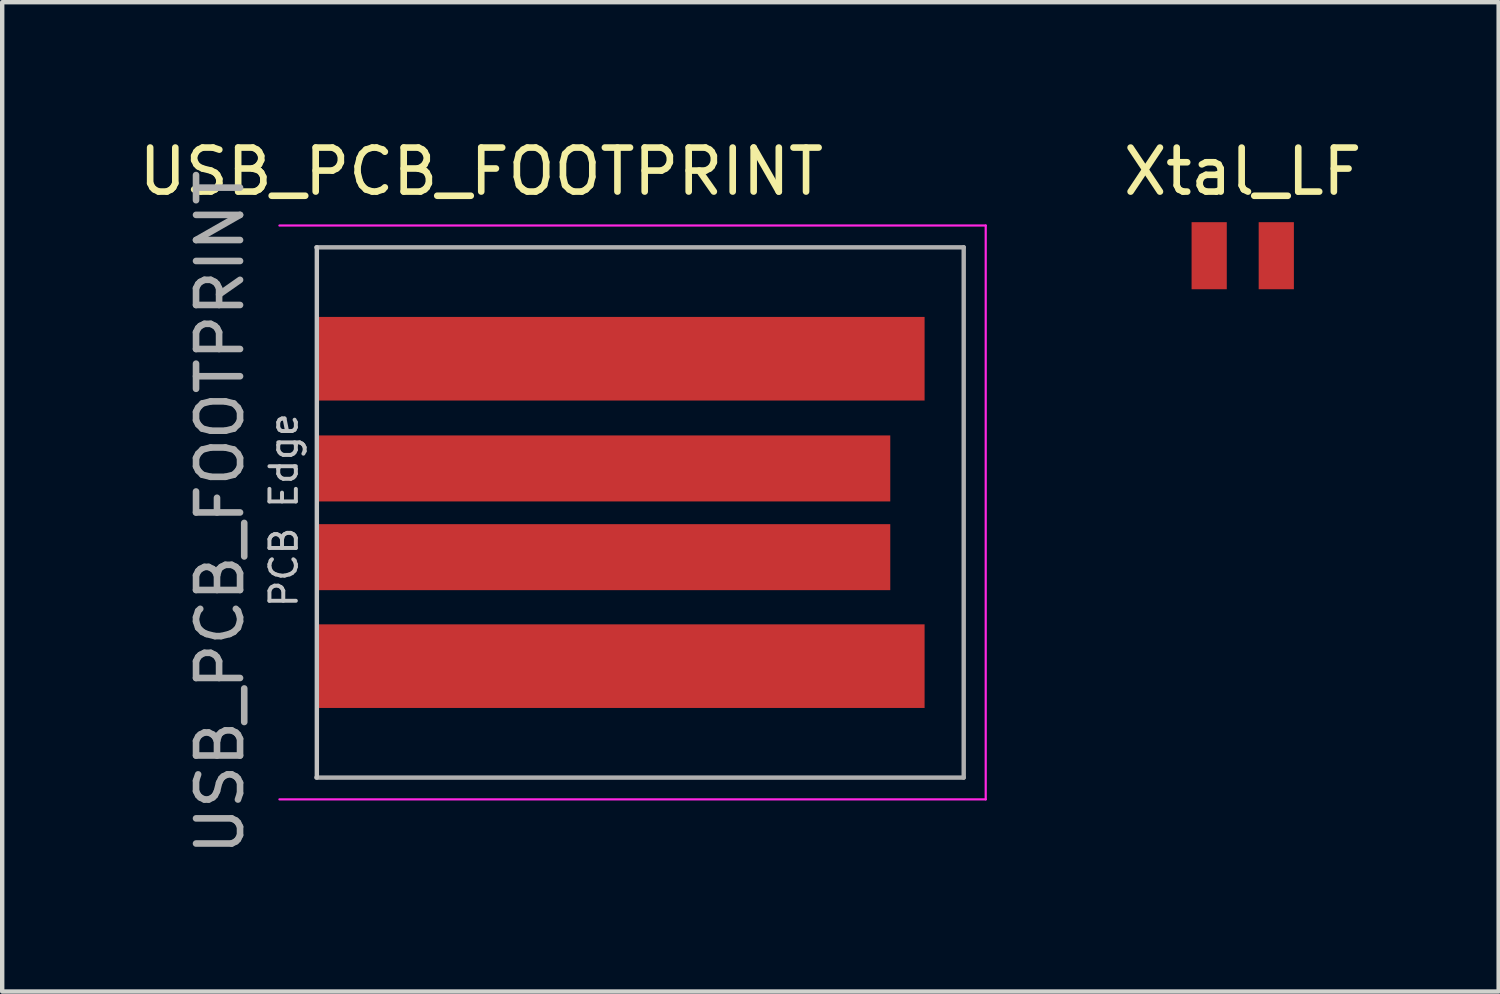
<source format=kicad_pcb>
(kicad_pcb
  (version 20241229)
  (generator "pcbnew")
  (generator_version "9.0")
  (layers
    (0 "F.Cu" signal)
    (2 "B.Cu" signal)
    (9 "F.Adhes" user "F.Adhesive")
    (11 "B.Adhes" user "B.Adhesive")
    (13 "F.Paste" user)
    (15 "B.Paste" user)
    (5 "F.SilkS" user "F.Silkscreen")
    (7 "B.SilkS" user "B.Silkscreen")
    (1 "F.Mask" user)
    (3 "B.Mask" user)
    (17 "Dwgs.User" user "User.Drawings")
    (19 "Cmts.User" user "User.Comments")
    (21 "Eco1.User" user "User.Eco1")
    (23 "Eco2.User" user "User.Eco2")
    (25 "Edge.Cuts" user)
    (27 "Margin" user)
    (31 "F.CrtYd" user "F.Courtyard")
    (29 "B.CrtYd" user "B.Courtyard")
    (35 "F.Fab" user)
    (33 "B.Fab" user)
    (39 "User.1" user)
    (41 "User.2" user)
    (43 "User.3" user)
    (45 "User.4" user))
  (footprint "Xtal_LF"
    (layer "F.Cu")
    (at 25.381 2.825)
    (property "Reference" "Xtal_LF" (at -0.191 -1.976 0) (layer "F.SilkS") (effects (font (size 1 1) (thickness 0.15))))
    (attr through_hole)
    (pad "1" smd rect (at -0.953 -0.064) (size 0.8 1.524) (layers "F.Cu" "F.Mask" "F.Paste"))
    (pad "2" smd rect (at 0.572 -0.064) (size 0.8 1.524) (layers "F.Cu" "F.Mask" "F.Paste")))
  (footprint "USB_PCB_FOOTPRINT"
    (layer "F.Cu")
    (at 7.95 8.595)
    (property "Reference" "USB_PCB_FOOTPRINT" (at -0.064 -7.747 0) (layer "F.SilkS") (effects (font (size 1 1) (thickness 0.15))))
    (attr smd)
    (fp_line (start -3.8 6.025) (end -3.8 -6.025) (stroke (width 0.1) (type solid)) (layer "Dwgs.User"))
    (fp_line (start -4.65 -6.52) (end 11.4 -6.52) (stroke (width 0.05) (type solid)) (layer "F.CrtYd"))
    (fp_line (start -4.65 6.52) (end 11.4 6.52) (stroke (width 0.05) (type solid)) (layer "F.CrtYd"))
    (fp_line (start 11.4 6.52) (end 11.4 -6.52) (stroke (width 0.05) (type solid)) (layer "F.CrtYd"))
    (fp_line (start -3.81 -6.025) (end 10.9 -6.025) (stroke (width 0.1) (type solid)) (layer "F.Fab"))
    (fp_line (start -3.81 6.025) (end 10.9 6.025) (stroke (width 0.1) (type solid)) (layer "F.Fab"))
    (fp_line (start 10.9 6.025) (end 10.9 -6.025) (stroke (width 0.1) (type solid)) (layer "F.Fab"))
    (fp_text user "PCB Edge" (at -4.55 -0.05 90) (layer "Dwgs.User") (effects (font (size 0.6 0.6) (thickness 0.09))))
    (fp_text user "${REFERENCE}" (at -6 0 90) (layer "F.Fab") (effects (font (size 1 1) (thickness 0.15))))
    (pad "1" smd rect (at 3.111 3.493) (size 13.8 1.9) (layers "F.Cu" "F.Mask"))
    (pad "2" smd rect (at 2.731 1.016) (size 13 1.5) (layers "F.Cu" "F.Mask"))
    (pad "3" smd rect (at 2.731 -1) (size 13 1.5) (layers "F.Cu" "F.Mask"))
    (pad "4" smd rect (at 3.111 -3.493) (size 13.8 1.9) (layers "F.Cu" "F.Mask")))
  (gr_rect
    (start -3 -3)
    (end 31.006 19.482)
    (stroke (width 0.1) (type default))
    (fill no)
    (layer "Edge.Cuts")))
</source>
